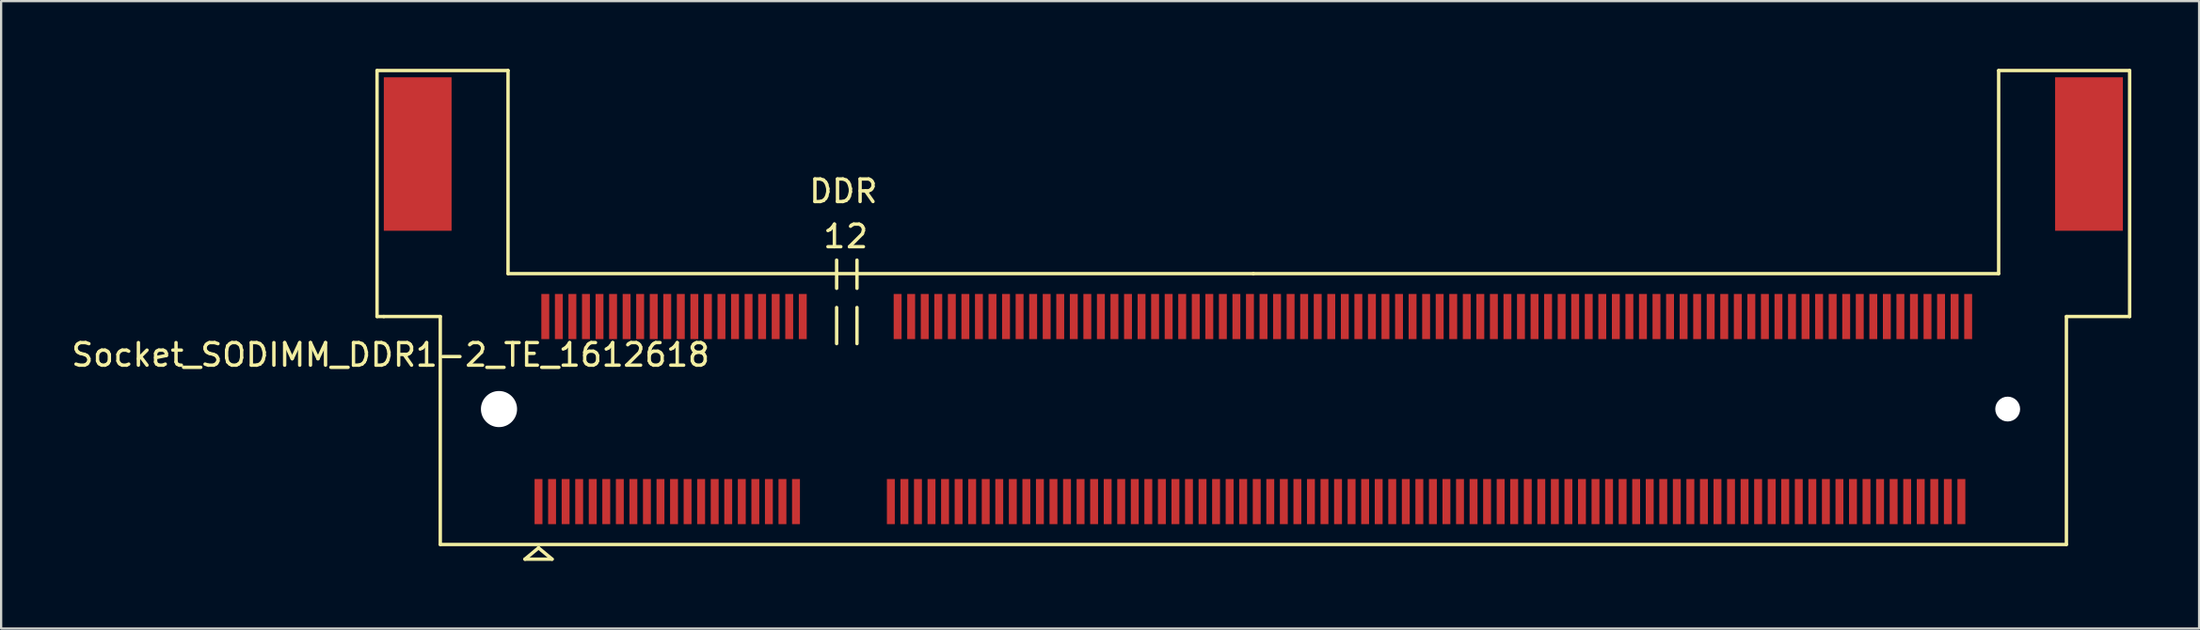
<source format=kicad_pcb>
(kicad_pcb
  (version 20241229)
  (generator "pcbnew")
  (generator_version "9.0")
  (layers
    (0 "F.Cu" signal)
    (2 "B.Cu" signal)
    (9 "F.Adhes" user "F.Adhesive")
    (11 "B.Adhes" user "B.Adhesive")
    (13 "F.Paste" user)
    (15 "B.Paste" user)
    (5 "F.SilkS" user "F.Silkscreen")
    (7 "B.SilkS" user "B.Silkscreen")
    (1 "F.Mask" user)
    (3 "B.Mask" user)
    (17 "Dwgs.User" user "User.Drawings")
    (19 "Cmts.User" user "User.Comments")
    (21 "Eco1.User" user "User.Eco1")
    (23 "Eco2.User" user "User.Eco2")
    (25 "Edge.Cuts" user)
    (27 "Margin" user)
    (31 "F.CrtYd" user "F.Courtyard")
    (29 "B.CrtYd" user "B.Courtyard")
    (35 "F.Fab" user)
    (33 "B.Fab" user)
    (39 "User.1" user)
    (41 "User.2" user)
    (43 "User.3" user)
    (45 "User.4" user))
  (footprint "Socket_SODIMM_DDR1-2_TE_1612618"
    (layer "F.Cu")
    (at 52.444 15.075)
    (property "Reference" "Socket_SODIMM_DDR1-2_TE_1612618" (at -38.2 -2.4 0) (layer "F.SilkS") (effects (font (size 1 1) (thickness 0.15))))
    (attr smd)
    (fp_line (start -38.8 -4.1) (end -38.8 -15) (stroke (width 0.15) (type solid)) (layer "F.SilkS"))
    (fp_line (start -38.5 -4.1) (end -38.8 -4.1) (stroke (width 0.15) (type solid)) (layer "F.SilkS"))
    (fp_line (start -36 -4.1) (end -38.5 -4.1) (stroke (width 0.15) (type solid)) (layer "F.SilkS"))
    (fp_line (start -36 -4.1) (end -36 6) (stroke (width 0.15) (type solid)) (layer "F.SilkS"))
    (fp_line (start -36 6) (end 36 6) (stroke (width 0.15) (type solid)) (layer "F.SilkS"))
    (fp_line (start -33 -15) (end -38.8 -15) (stroke (width 0.15) (type solid)) (layer "F.SilkS"))
    (fp_line (start -33 -6) (end -33 -15) (stroke (width 0.15) (type solid)) (layer "F.SilkS"))
    (fp_line (start -32.25 6.65) (end -31.65 6.15) (stroke (width 0.15) (type solid)) (layer "F.SilkS"))
    (fp_line (start -31.65 6.15) (end -31.05 6.65) (stroke (width 0.15) (type solid)) (layer "F.SilkS"))
    (fp_line (start -31.05 6.65) (end -32.25 6.65) (stroke (width 0.15) (type solid)) (layer "F.SilkS"))
    (fp_line (start -18.45 -5.35) (end -18.45 -6.6) (stroke (width 0.15) (type solid)) (layer "F.SilkS"))
    (fp_line (start -18.45 -4.5) (end -18.45 -2.9) (stroke (width 0.15) (type solid)) (layer "F.SilkS"))
    (fp_line (start -17.55 -5.35) (end -17.55 -6.6) (stroke (width 0.15) (type solid)) (layer "F.SilkS"))
    (fp_line (start -17.55 -4.5) (end -17.55 -2.9) (stroke (width 0.15) (type solid)) (layer "F.SilkS"))
    (fp_line (start 0 -6) (end -33 -6) (stroke (width 0.15) (type solid)) (layer "F.SilkS"))
    (fp_line (start 33 -15) (end 33 -6) (stroke (width 0.15) (type solid)) (layer "F.SilkS"))
    (fp_line (start 33 -6) (end 0 -6) (stroke (width 0.15) (type solid)) (layer "F.SilkS"))
    (fp_line (start 36 -4.1) (end 38.8 -4.1) (stroke (width 0.15) (type solid)) (layer "F.SilkS"))
    (fp_line (start 36 6) (end 36 -4.1) (stroke (width 0.15) (type solid)) (layer "F.SilkS"))
    (fp_line (start 38.8 -15) (end 33 -15) (stroke (width 0.15) (type solid)) (layer "F.SilkS"))
    (fp_line (start 38.8 -4.1) (end 38.8 -15) (stroke (width 0.15) (type solid)) (layer "F.SilkS"))
    (fp_text user "1" (at -18.55 -7.65 0) (layer "F.SilkS") (effects (font (size 1 1) (thickness 0.15))))
    (fp_text user "DDR" (at -18.15 -9.65 0) (layer "F.SilkS") (effects (font (size 1 1) (thickness 0.15))))
    (fp_text user "2" (at -17.55 -7.65 0) (layer "F.SilkS") (effects (font (size 1 1) (thickness 0.15))))
    (pad "" smd rect (at -37 -11.3) (size 3 6.8) (layers "F.Cu" "F.Mask" "F.Paste"))
    (pad "" np_thru_hole circle (at -33.4 0) (size 1.6 1.6) (drill 1.6) (layers "*.Cu" "*.Mask"))
    (pad "" np_thru_hole circle (at 33.4 0) (size 1.1 1.1) (drill 1.1) (layers "*.Cu" "*.Mask"))
    (pad "" smd rect (at 37 -11.3) (size 3 6.8) (layers "F.Cu" "F.Mask" "F.Paste"))
    (pad "1" smd rect (at -31.65 4.1) (size 0.35 2) (layers "F.Cu" "F.Mask" "F.Paste"))
    (pad "2" smd rect (at -31.35 -4.1) (size 0.35 2) (layers "F.Cu" "F.Mask" "F.Paste"))
    (pad "3" smd rect (at -31.05 4.1) (size 0.35 2) (layers "F.Cu" "F.Mask" "F.Paste"))
    (pad "4" smd rect (at -30.75 -4.1) (size 0.35 2) (layers "F.Cu" "F.Mask" "F.Paste"))
    (pad "5" smd rect (at -30.45 4.1) (size 0.35 2) (layers "F.Cu" "F.Mask" "F.Paste"))
    (pad "6" smd rect (at -30.15 -4.1) (size 0.35 2) (layers "F.Cu" "F.Mask" "F.Paste"))
    (pad "7" smd rect (at -29.85 4.1) (size 0.35 2) (layers "F.Cu" "F.Mask" "F.Paste"))
    (pad "8" smd rect (at -29.55 -4.1) (size 0.35 2) (layers "F.Cu" "F.Mask" "F.Paste"))
    (pad "9" smd rect (at -29.25 4.1) (size 0.35 2) (layers "F.Cu" "F.Mask" "F.Paste"))
    (pad "10" smd rect (at -28.95 -4.1) (size 0.35 2) (layers "F.Cu" "F.Mask" "F.Paste"))
    (pad "11" smd rect (at -28.65 4.1) (size 0.35 2) (layers "F.Cu" "F.Mask" "F.Paste"))
    (pad "12" smd rect (at -28.35 -4.1) (size 0.35 2) (layers "F.Cu" "F.Mask" "F.Paste"))
    (pad "13" smd rect (at -28.05 4.1) (size 0.35 2) (layers "F.Cu" "F.Mask" "F.Paste"))
    (pad "14" smd rect (at -27.75 -4.1) (size 0.35 2) (layers "F.Cu" "F.Mask" "F.Paste"))
    (pad "15" smd rect (at -27.45 4.1) (size 0.35 2) (layers "F.Cu" "F.Mask" "F.Paste"))
    (pad "16" smd rect (at -27.15 -4.1) (size 0.35 2) (layers "F.Cu" "F.Mask" "F.Paste"))
    (pad "17" smd rect (at -26.85 4.1) (size 0.35 2) (layers "F.Cu" "F.Mask" "F.Paste"))
    (pad "18" smd rect (at -26.55 -4.1) (size 0.35 2) (layers "F.Cu" "F.Mask" "F.Paste"))
    (pad "19" smd rect (at -26.25 4.1) (size 0.35 2) (layers "F.Cu" "F.Mask" "F.Paste"))
    (pad "20" smd rect (at -25.95 -4.1) (size 0.35 2) (layers "F.Cu" "F.Mask" "F.Paste"))
    (pad "21" smd rect (at -25.65 4.1) (size 0.35 2) (layers "F.Cu" "F.Mask" "F.Paste"))
    (pad "22" smd rect (at -25.35 -4.1) (size 0.35 2) (layers "F.Cu" "F.Mask" "F.Paste"))
    (pad "23" smd rect (at -25.05 4.1) (size 0.35 2) (layers "F.Cu" "F.Mask" "F.Paste"))
    (pad "24" smd rect (at -24.75 -4.1) (size 0.35 2) (layers "F.Cu" "F.Mask" "F.Paste"))
    (pad "25" smd rect (at -24.45 4.1) (size 0.35 2) (layers "F.Cu" "F.Mask" "F.Paste"))
    (pad "26" smd rect (at -24.15 -4.1) (size 0.35 2) (layers "F.Cu" "F.Mask" "F.Paste"))
    (pad "27" smd rect (at -23.85 4.1) (size 0.35 2) (layers "F.Cu" "F.Mask" "F.Paste"))
    (pad "28" smd rect (at -23.55 -4.1) (size 0.35 2) (layers "F.Cu" "F.Mask" "F.Paste"))
    (pad "29" smd rect (at -23.25 4.1) (size 0.35 2) (layers "F.Cu" "F.Mask" "F.Paste"))
    (pad "30" smd rect (at -22.95 -4.1) (size 0.35 2) (layers "F.Cu" "F.Mask" "F.Paste"))
    (pad "31" smd rect (at -22.65 4.1) (size 0.35 2) (layers "F.Cu" "F.Mask" "F.Paste"))
    (pad "32" smd rect (at -22.35 -4.1) (size 0.35 2) (layers "F.Cu" "F.Mask" "F.Paste"))
    (pad "33" smd rect (at -22.05 4.1) (size 0.35 2) (layers "F.Cu" "F.Mask" "F.Paste"))
    (pad "34" smd rect (at -21.75 -4.1) (size 0.35 2) (layers "F.Cu" "F.Mask" "F.Paste"))
    (pad "35" smd rect (at -21.45 4.1) (size 0.35 2) (layers "F.Cu" "F.Mask" "F.Paste"))
    (pad "36" smd rect (at -21.15 -4.1) (size 0.35 2) (layers "F.Cu" "F.Mask" "F.Paste"))
    (pad "37" smd rect (at -20.85 4.1) (size 0.35 2) (layers "F.Cu" "F.Mask" "F.Paste"))
    (pad "38" smd rect (at -20.55 -4.1) (size 0.35 2) (layers "F.Cu" "F.Mask" "F.Paste"))
    (pad "39" smd rect (at -20.25 4.1) (size 0.35 2) (layers "F.Cu" "F.Mask" "F.Paste"))
    (pad "40" smd rect (at -19.95 -4.1) (size 0.35 2) (layers "F.Cu" "F.Mask" "F.Paste"))
    (pad "41" smd rect (at -16.05 4.1) (size 0.35 2) (layers "F.Cu" "F.Mask" "F.Paste"))
    (pad "42" smd rect (at -15.75 -4.1) (size 0.35 2) (layers "F.Cu" "F.Mask" "F.Paste"))
    (pad "43" smd rect (at -15.45 4.1) (size 0.35 2) (layers "F.Cu" "F.Mask" "F.Paste"))
    (pad "44" smd rect (at -15.15 -4.1) (size 0.35 2) (layers "F.Cu" "F.Mask" "F.Paste"))
    (pad "45" smd rect (at -14.85 4.1) (size 0.35 2) (layers "F.Cu" "F.Mask" "F.Paste"))
    (pad "46" smd rect (at -14.55 -4.1) (size 0.35 2) (layers "F.Cu" "F.Mask" "F.Paste"))
    (pad "47" smd rect (at -14.25 4.1) (size 0.35 2) (layers "F.Cu" "F.Mask" "F.Paste"))
    (pad "48" smd rect (at -13.95 -4.1) (size 0.35 2) (layers "F.Cu" "F.Mask" "F.Paste"))
    (pad "49" smd rect (at -13.65 4.1) (size 0.35 2) (layers "F.Cu" "F.Mask" "F.Paste"))
    (pad "50" smd rect (at -13.35 -4.1) (size 0.35 2) (layers "F.Cu" "F.Mask" "F.Paste"))
    (pad "51" smd rect (at -13.05 4.1) (size 0.35 2) (layers "F.Cu" "F.Mask" "F.Paste"))
    (pad "52" smd rect (at -12.75 -4.1) (size 0.35 2) (layers "F.Cu" "F.Mask" "F.Paste"))
    (pad "53" smd rect (at -12.45 4.1) (size 0.35 2) (layers "F.Cu" "F.Mask" "F.Paste"))
    (pad "54" smd rect (at -12.15 -4.1) (size 0.35 2) (layers "F.Cu" "F.Mask" "F.Paste"))
    (pad "55" smd rect (at -11.85 4.1) (size 0.35 2) (layers "F.Cu" "F.Mask" "F.Paste"))
    (pad "56" smd rect (at -11.55 -4.1) (size 0.35 2) (layers "F.Cu" "F.Mask" "F.Paste"))
    (pad "57" smd rect (at -11.25 4.1) (size 0.35 2) (layers "F.Cu" "F.Mask" "F.Paste"))
    (pad "58" smd rect (at -10.95 -4.1) (size 0.35 2) (layers "F.Cu" "F.Mask" "F.Paste"))
    (pad "59" smd rect (at -10.65 4.1) (size 0.35 2) (layers "F.Cu" "F.Mask" "F.Paste"))
    (pad "60" smd rect (at -10.35 -4.1) (size 0.35 2) (layers "F.Cu" "F.Mask" "F.Paste"))
    (pad "61" smd rect (at -10.05 4.1) (size 0.35 2) (layers "F.Cu" "F.Mask" "F.Paste"))
    (pad "62" smd rect (at -9.75 -4.1) (size 0.35 2) (layers "F.Cu" "F.Mask" "F.Paste"))
    (pad "63" smd rect (at -9.45 4.1) (size 0.35 2) (layers "F.Cu" "F.Mask" "F.Paste"))
    (pad "64" smd rect (at -9.15 -4.1) (size 0.35 2) (layers "F.Cu" "F.Mask" "F.Paste"))
    (pad "65" smd rect (at -8.85 4.1) (size 0.35 2) (layers "F.Cu" "F.Mask" "F.Paste"))
    (pad "66" smd rect (at -8.55 -4.1) (size 0.35 2) (layers "F.Cu" "F.Mask" "F.Paste"))
    (pad "67" smd rect (at -8.25 4.1) (size 0.35 2) (layers "F.Cu" "F.Mask" "F.Paste"))
    (pad "68" smd rect (at -7.95 -4.1) (size 0.35 2) (layers "F.Cu" "F.Mask" "F.Paste"))
    (pad "69" smd rect (at -7.65 4.1) (size 0.35 2) (layers "F.Cu" "F.Mask" "F.Paste"))
    (pad "70" smd rect (at -7.35 -4.1) (size 0.35 2) (layers "F.Cu" "F.Mask" "F.Paste"))
    (pad "71" smd rect (at -7.05 4.1) (size 0.35 2) (layers "F.Cu" "F.Mask" "F.Paste"))
    (pad "72" smd rect (at -6.75 -4.1) (size 0.35 2) (layers "F.Cu" "F.Mask" "F.Paste"))
    (pad "73" smd rect (at -6.45 4.1) (size 0.35 2) (layers "F.Cu" "F.Mask" "F.Paste"))
    (pad "74" smd rect (at -6.15 -4.1) (size 0.35 2) (layers "F.Cu" "F.Mask" "F.Paste"))
    (pad "75" smd rect (at -5.85 4.1) (size 0.35 2) (layers "F.Cu" "F.Mask" "F.Paste"))
    (pad "76" smd rect (at -5.55 -4.1) (size 0.35 2) (layers "F.Cu" "F.Mask" "F.Paste"))
    (pad "77" smd rect (at -5.25 4.1) (size 0.35 2) (layers "F.Cu" "F.Mask" "F.Paste"))
    (pad "78" smd rect (at -4.95 -4.1) (size 0.35 2) (layers "F.Cu" "F.Mask" "F.Paste"))
    (pad "79" smd rect (at -4.65 4.1) (size 0.35 2) (layers "F.Cu" "F.Mask" "F.Paste"))
    (pad "80" smd rect (at -4.35 -4.1) (size 0.35 2) (layers "F.Cu" "F.Mask" "F.Paste"))
    (pad "81" smd rect (at -4.05 4.1) (size 0.35 2) (layers "F.Cu" "F.Mask" "F.Paste"))
    (pad "82" smd rect (at -3.75 -4.1) (size 0.35 2) (layers "F.Cu" "F.Mask" "F.Paste"))
    (pad "83" smd rect (at -3.45 4.1) (size 0.35 2) (layers "F.Cu" "F.Mask" "F.Paste"))
    (pad "84" smd rect (at -3.15 -4.1) (size 0.35 2) (layers "F.Cu" "F.Mask" "F.Paste"))
    (pad "85" smd rect (at -2.85 4.1) (size 0.35 2) (layers "F.Cu" "F.Mask" "F.Paste"))
    (pad "86" smd rect (at -2.55 -4.1) (size 0.35 2) (layers "F.Cu" "F.Mask" "F.Paste"))
    (pad "87" smd rect (at -2.25 4.1) (size 0.35 2) (layers "F.Cu" "F.Mask" "F.Paste"))
    (pad "88" smd rect (at -1.95 -4.1) (size 0.35 2) (layers "F.Cu" "F.Mask" "F.Paste"))
    (pad "89" smd rect (at -1.65 4.1) (size 0.35 2) (layers "F.Cu" "F.Mask" "F.Paste"))
    (pad "90" smd rect (at -1.35 -4.1) (size 0.35 2) (layers "F.Cu" "F.Mask" "F.Paste"))
    (pad "91" smd rect (at -1.05 4.1) (size 0.35 2) (layers "F.Cu" "F.Mask" "F.Paste"))
    (pad "92" smd rect (at -0.75 -4.1) (size 0.35 2) (layers "F.Cu" "F.Mask" "F.Paste"))
    (pad "93" smd rect (at -0.45 4.1) (size 0.35 2) (layers "F.Cu" "F.Mask" "F.Paste"))
    (pad "94" smd rect (at -0.15 -4.1) (size 0.35 2) (layers "F.Cu" "F.Mask" "F.Paste"))
    (pad "95" smd rect (at 0.15 4.1) (size 0.35 2) (layers "F.Cu" "F.Mask" "F.Paste"))
    (pad "96" smd rect (at 0.45 -4.1) (size 0.35 2) (layers "F.Cu" "F.Mask" "F.Paste"))
    (pad "97" smd rect (at 0.75 4.1) (size 0.35 2) (layers "F.Cu" "F.Mask" "F.Paste"))
    (pad "98" smd rect (at 1.05 -4.1) (size 0.35 2) (layers "F.Cu" "F.Mask" "F.Paste"))
    (pad "99" smd rect (at 1.35 4.1) (size 0.35 2) (layers "F.Cu" "F.Mask" "F.Paste"))
    (pad "100" smd rect (at 1.65 -4.1) (size 0.35 2) (layers "F.Cu" "F.Mask" "F.Paste"))
    (pad "101" smd rect (at 1.95 4.1) (size 0.35 2) (layers "F.Cu" "F.Mask" "F.Paste"))
    (pad "102" smd rect (at 2.25 -4.1) (size 0.35 2) (layers "F.Cu" "F.Mask" "F.Paste"))
    (pad "103" smd rect (at 2.55 4.1) (size 0.35 2) (layers "F.Cu" "F.Mask" "F.Paste"))
    (pad "104" smd rect (at 2.85 -4.1) (size 0.35 2) (layers "F.Cu" "F.Mask" "F.Paste"))
    (pad "105" smd rect (at 3.15 4.1) (size 0.35 2) (layers "F.Cu" "F.Mask" "F.Paste"))
    (pad "106" smd rect (at 3.45 -4.1) (size 0.35 2) (layers "F.Cu" "F.Mask" "F.Paste"))
    (pad "107" smd rect (at 3.75 4.1) (size 0.35 2) (layers "F.Cu" "F.Mask" "F.Paste"))
    (pad "108" smd rect (at 4.05 -4.1) (size 0.35 2) (layers "F.Cu" "F.Mask" "F.Paste"))
    (pad "109" smd rect (at 4.35 4.1) (size 0.35 2) (layers "F.Cu" "F.Mask" "F.Paste"))
    (pad "110" smd rect (at 4.65 -4.1) (size 0.35 2) (layers "F.Cu" "F.Mask" "F.Paste"))
    (pad "111" smd rect (at 4.95 4.1) (size 0.35 2) (layers "F.Cu" "F.Mask" "F.Paste"))
    (pad "112" smd rect (at 5.25 -4.1) (size 0.35 2) (layers "F.Cu" "F.Mask" "F.Paste"))
    (pad "113" smd rect (at 5.55 4.1) (size 0.35 2) (layers "F.Cu" "F.Mask" "F.Paste"))
    (pad "114" smd rect (at 5.85 -4.1) (size 0.35 2) (layers "F.Cu" "F.Mask" "F.Paste"))
    (pad "115" smd rect (at 6.15 4.1) (size 0.35 2) (layers "F.Cu" "F.Mask" "F.Paste"))
    (pad "116" smd rect (at 6.45 -4.1) (size 0.35 2) (layers "F.Cu" "F.Mask" "F.Paste"))
    (pad "117" smd rect (at 6.75 4.1) (size 0.35 2) (layers "F.Cu" "F.Mask" "F.Paste"))
    (pad "118" smd rect (at 7.05 -4.1) (size 0.35 2) (layers "F.Cu" "F.Mask" "F.Paste"))
    (pad "119" smd rect (at 7.35 4.1) (size 0.35 2) (layers "F.Cu" "F.Mask" "F.Paste"))
    (pad "120" smd rect (at 7.65 -4.1) (size 0.35 2) (layers "F.Cu" "F.Mask" "F.Paste"))
    (pad "121" smd rect (at 7.95 4.1) (size 0.35 2) (layers "F.Cu" "F.Mask" "F.Paste"))
    (pad "122" smd rect (at 8.25 -4.1) (size 0.35 2) (layers "F.Cu" "F.Mask" "F.Paste"))
    (pad "123" smd rect (at 8.55 4.1) (size 0.35 2) (layers "F.Cu" "F.Mask" "F.Paste"))
    (pad "124" smd rect (at 8.85 -4.1) (size 0.35 2) (layers "F.Cu" "F.Mask" "F.Paste"))
    (pad "125" smd rect (at 9.15 4.1) (size 0.35 2) (layers "F.Cu" "F.Mask" "F.Paste"))
    (pad "126" smd rect (at 9.45 -4.1) (size 0.35 2) (layers "F.Cu" "F.Mask" "F.Paste"))
    (pad "127" smd rect (at 9.75 4.1) (size 0.35 2) (layers "F.Cu" "F.Mask" "F.Paste"))
    (pad "128" smd rect (at 10.05 -4.1) (size 0.35 2) (layers "F.Cu" "F.Mask" "F.Paste"))
    (pad "129" smd rect (at 10.35 4.1) (size 0.35 2) (layers "F.Cu" "F.Mask" "F.Paste"))
    (pad "130" smd rect (at 10.65 -4.1) (size 0.35 2) (layers "F.Cu" "F.Mask" "F.Paste"))
    (pad "131" smd rect (at 10.95 4.1) (size 0.35 2) (layers "F.Cu" "F.Mask" "F.Paste"))
    (pad "132" smd rect (at 11.25 -4.1) (size 0.35 2) (layers "F.Cu" "F.Mask" "F.Paste"))
    (pad "133" smd rect (at 11.55 4.1) (size 0.35 2) (layers "F.Cu" "F.Mask" "F.Paste"))
    (pad "134" smd rect (at 11.85 -4.1) (size 0.35 2) (layers "F.Cu" "F.Mask" "F.Paste"))
    (pad "135" smd rect (at 12.15 4.1) (size 0.35 2) (layers "F.Cu" "F.Mask" "F.Paste"))
    (pad "136" smd rect (at 12.45 -4.1) (size 0.35 2) (layers "F.Cu" "F.Mask" "F.Paste"))
    (pad "137" smd rect (at 12.75 4.1) (size 0.35 2) (layers "F.Cu" "F.Mask" "F.Paste"))
    (pad "138" smd rect (at 13.05 -4.1) (size 0.35 2) (layers "F.Cu" "F.Mask" "F.Paste"))
    (pad "139" smd rect (at 13.35 4.1) (size 0.35 2) (layers "F.Cu" "F.Mask" "F.Paste"))
    (pad "140" smd rect (at 13.65 -4.1) (size 0.35 2) (layers "F.Cu" "F.Mask" "F.Paste"))
    (pad "141" smd rect (at 13.95 4.1) (size 0.35 2) (layers "F.Cu" "F.Mask" "F.Paste"))
    (pad "142" smd rect (at 14.25 -4.1) (size 0.35 2) (layers "F.Cu" "F.Mask" "F.Paste"))
    (pad "143" smd rect (at 14.55 4.1) (size 0.35 2) (layers "F.Cu" "F.Mask" "F.Paste"))
    (pad "144" smd rect (at 14.85 -4.1) (size 0.35 2) (layers "F.Cu" "F.Mask" "F.Paste"))
    (pad "145" smd rect (at 15.15 4.1) (size 0.35 2) (layers "F.Cu" "F.Mask" "F.Paste"))
    (pad "146" smd rect (at 15.45 -4.1) (size 0.35 2) (layers "F.Cu" "F.Mask" "F.Paste"))
    (pad "147" smd rect (at 15.75 4.1) (size 0.35 2) (layers "F.Cu" "F.Mask" "F.Paste"))
    (pad "148" smd rect (at 16.05 -4.1) (size 0.35 2) (layers "F.Cu" "F.Mask" "F.Paste"))
    (pad "149" smd rect (at 16.35 4.1) (size 0.35 2) (layers "F.Cu" "F.Mask" "F.Paste"))
    (pad "150" smd rect (at 16.65 -4.1) (size 0.35 2) (layers "F.Cu" "F.Mask" "F.Paste"))
    (pad "151" smd rect (at 16.95 4.1) (size 0.35 2) (layers "F.Cu" "F.Mask" "F.Paste"))
    (pad "152" smd rect (at 17.25 -4.1) (size 0.35 2) (layers "F.Cu" "F.Mask" "F.Paste"))
    (pad "153" smd rect (at 17.55 4.1) (size 0.35 2) (layers "F.Cu" "F.Mask" "F.Paste"))
    (pad "154" smd rect (at 17.85 -4.1) (size 0.35 2) (layers "F.Cu" "F.Mask" "F.Paste"))
    (pad "155" smd rect (at 18.15 4.1) (size 0.35 2) (layers "F.Cu" "F.Mask" "F.Paste"))
    (pad "156" smd rect (at 18.45 -4.1) (size 0.35 2) (layers "F.Cu" "F.Mask" "F.Paste"))
    (pad "157" smd rect (at 18.75 4.1) (size 0.35 2) (layers "F.Cu" "F.Mask" "F.Paste"))
    (pad "158" smd rect (at 19.05 -4.1) (size 0.35 2) (layers "F.Cu" "F.Mask" "F.Paste"))
    (pad "159" smd rect (at 19.35 4.1) (size 0.35 2) (layers "F.Cu" "F.Mask" "F.Paste"))
    (pad "160" smd rect (at 19.65 -4.1) (size 0.35 2) (layers "F.Cu" "F.Mask" "F.Paste"))
    (pad "161" smd rect (at 19.95 4.1) (size 0.35 2) (layers "F.Cu" "F.Mask" "F.Paste"))
    (pad "162" smd rect (at 20.25 -4.1) (size 0.35 2) (layers "F.Cu" "F.Mask" "F.Paste"))
    (pad "163" smd rect (at 20.55 4.1) (size 0.35 2) (layers "F.Cu" "F.Mask" "F.Paste"))
    (pad "164" smd rect (at 20.85 -4.1) (size 0.35 2) (layers "F.Cu" "F.Mask" "F.Paste"))
    (pad "165" smd rect (at 21.15 4.1) (size 0.35 2) (layers "F.Cu" "F.Mask" "F.Paste"))
    (pad "166" smd rect (at 21.45 -4.1) (size 0.35 2) (layers "F.Cu" "F.Mask" "F.Paste"))
    (pad "167" smd rect (at 21.75 4.1) (size 0.35 2) (layers "F.Cu" "F.Mask" "F.Paste"))
    (pad "168" smd rect (at 22.05 -4.1) (size 0.35 2) (layers "F.Cu" "F.Mask" "F.Paste"))
    (pad "169" smd rect (at 22.35 4.1) (size 0.35 2) (layers "F.Cu" "F.Mask" "F.Paste"))
    (pad "170" smd rect (at 22.65 -4.1) (size 0.35 2) (layers "F.Cu" "F.Mask" "F.Paste"))
    (pad "171" smd rect (at 22.95 4.1) (size 0.35 2) (layers "F.Cu" "F.Mask" "F.Paste"))
    (pad "172" smd rect (at 23.25 -4.1) (size 0.35 2) (layers "F.Cu" "F.Mask" "F.Paste"))
    (pad "173" smd rect (at 23.55 4.1) (size 0.35 2) (layers "F.Cu" "F.Mask" "F.Paste"))
    (pad "174" smd rect (at 23.85 -4.1) (size 0.35 2) (layers "F.Cu" "F.Mask" "F.Paste"))
    (pad "175" smd rect (at 24.15 4.1) (size 0.35 2) (layers "F.Cu" "F.Mask" "F.Paste"))
    (pad "176" smd rect (at 24.45 -4.1) (size 0.35 2) (layers "F.Cu" "F.Mask" "F.Paste"))
    (pad "177" smd rect (at 24.75 4.1) (size 0.35 2) (layers "F.Cu" "F.Mask" "F.Paste"))
    (pad "178" smd rect (at 25.05 -4.1) (size 0.35 2) (layers "F.Cu" "F.Mask" "F.Paste"))
    (pad "179" smd rect (at 25.35 4.1) (size 0.35 2) (layers "F.Cu" "F.Mask" "F.Paste"))
    (pad "180" smd rect (at 25.65 -4.1) (size 0.35 2) (layers "F.Cu" "F.Mask" "F.Paste"))
    (pad "181" smd rect (at 25.95 4.1) (size 0.35 2) (layers "F.Cu" "F.Mask" "F.Paste"))
    (pad "182" smd rect (at 26.25 -4.1) (size 0.35 2) (layers "F.Cu" "F.Mask" "F.Paste"))
    (pad "183" smd rect (at 26.55 4.1) (size 0.35 2) (layers "F.Cu" "F.Mask" "F.Paste"))
    (pad "184" smd rect (at 26.85 -4.1) (size 0.35 2) (layers "F.Cu" "F.Mask" "F.Paste"))
    (pad "185" smd rect (at 27.15 4.1) (size 0.35 2) (layers "F.Cu" "F.Mask" "F.Paste"))
    (pad "186" smd rect (at 27.45 -4.1) (size 0.35 2) (layers "F.Cu" "F.Mask" "F.Paste"))
    (pad "187" smd rect (at 27.75 4.1) (size 0.35 2) (layers "F.Cu" "F.Mask" "F.Paste"))
    (pad "188" smd rect (at 28.05 -4.1) (size 0.35 2) (layers "F.Cu" "F.Mask" "F.Paste"))
    (pad "189" smd rect (at 28.35 4.1) (size 0.35 2) (layers "F.Cu" "F.Mask" "F.Paste"))
    (pad "190" smd rect (at 28.65 -4.1) (size 0.35 2) (layers "F.Cu" "F.Mask" "F.Paste"))
    (pad "191" smd rect (at 28.95 4.1) (size 0.35 2) (layers "F.Cu" "F.Mask" "F.Paste"))
    (pad "192" smd rect (at 29.25 -4.1) (size 0.35 2) (layers "F.Cu" "F.Mask" "F.Paste"))
    (pad "193" smd rect (at 29.55 4.1) (size 0.35 2) (layers "F.Cu" "F.Mask" "F.Paste"))
    (pad "194" smd rect (at 29.85 -4.1) (size 0.35 2) (layers "F.Cu" "F.Mask" "F.Paste"))
    (pad "195" smd rect (at 30.15 4.1) (size 0.35 2) (layers "F.Cu" "F.Mask" "F.Paste"))
    (pad "196" smd rect (at 30.45 -4.1) (size 0.35 2) (layers "F.Cu" "F.Mask" "F.Paste"))
    (pad "197" smd rect (at 30.75 4.1) (size 0.35 2) (layers "F.Cu" "F.Mask" "F.Paste"))
    (pad "198" smd rect (at 31.05 -4.1) (size 0.35 2) (layers "F.Cu" "F.Mask" "F.Paste"))
    (pad "199" smd rect (at 31.35 4.1) (size 0.35 2) (layers "F.Cu" "F.Mask" "F.Paste"))
    (pad "200" smd rect (at 31.65 -4.1) (size 0.35 2) (layers "F.Cu" "F.Mask" "F.Paste")))
  (gr_rect
    (start -3 -3)
    (end 94.319 24.8)
    (stroke (width 0.1) (type default))
    (fill no)
    (layer "Edge.Cuts")))
</source>
